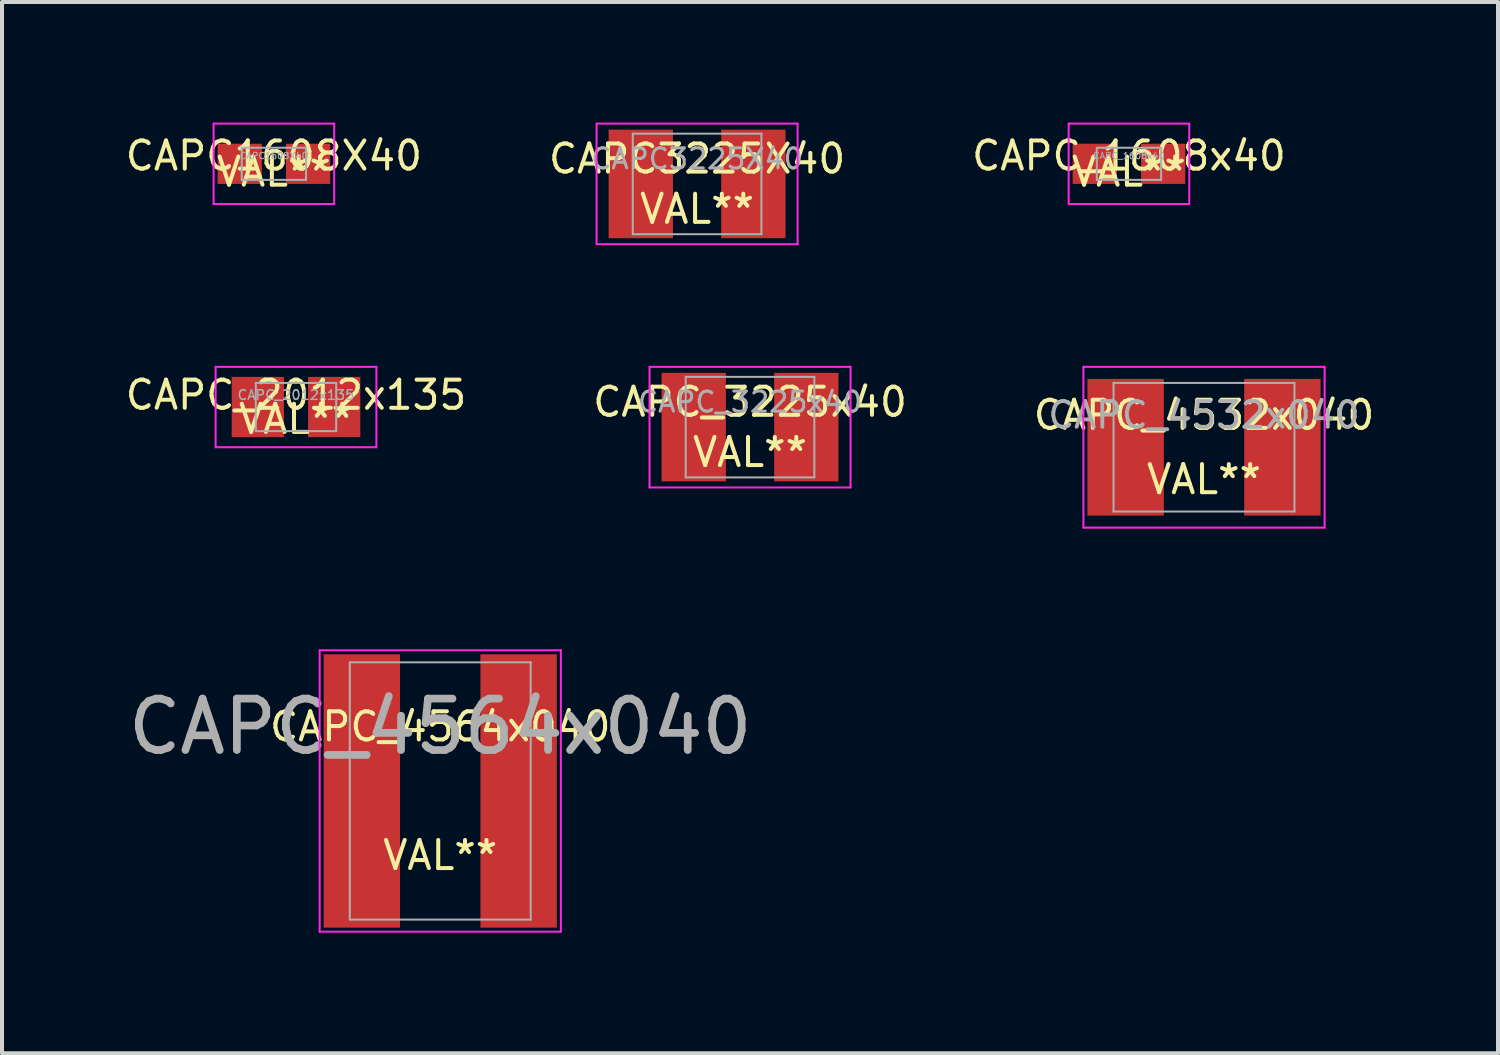
<source format=kicad_pcb>
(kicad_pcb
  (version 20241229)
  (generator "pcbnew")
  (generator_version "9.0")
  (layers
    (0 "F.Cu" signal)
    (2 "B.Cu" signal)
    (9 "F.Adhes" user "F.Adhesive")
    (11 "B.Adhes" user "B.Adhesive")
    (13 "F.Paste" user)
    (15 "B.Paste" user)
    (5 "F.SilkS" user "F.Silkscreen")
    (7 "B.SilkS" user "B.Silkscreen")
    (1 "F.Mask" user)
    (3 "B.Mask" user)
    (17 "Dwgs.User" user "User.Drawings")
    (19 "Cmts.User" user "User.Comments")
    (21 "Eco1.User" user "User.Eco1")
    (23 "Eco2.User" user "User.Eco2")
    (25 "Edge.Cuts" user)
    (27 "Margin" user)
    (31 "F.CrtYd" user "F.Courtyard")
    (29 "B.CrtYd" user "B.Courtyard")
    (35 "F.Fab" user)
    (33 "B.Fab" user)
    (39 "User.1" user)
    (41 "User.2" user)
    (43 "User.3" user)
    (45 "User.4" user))
  (footprint "CAPC_3225x40"
    (layer "F.Cu")
    (at 15.607 7.575)
    (property "Reference" "CAPC_3225x40" (at 0 -0.625 0) (layer "F.Fab") (effects (font (size 0.5 0.5) (thickness 0.075))))
    (property "Value" "VAL**" (at 0 0.625 0) (layer "F.Fab") (hide yes) (effects (font (size 0.5 0.5) (thickness 0.075))))
    (attr smd)
    (fp_line (start -2.5 -1.5) (end 2.5 -1.5) (stroke (width 0.05) (type solid)) (layer "F.CrtYd"))
    (fp_line (start -2.5 1.5) (end -2.5 -1.5) (stroke (width 0.05) (type solid)) (layer "F.CrtYd"))
    (fp_line (start 2.5 -1.5) (end 2.5 1.5) (stroke (width 0.05) (type solid)) (layer "F.CrtYd"))
    (fp_line (start 2.5 1.5) (end -2.5 1.5) (stroke (width 0.05) (type solid)) (layer "F.CrtYd"))
    (fp_line (start -1.6 -1.25) (end 1.6 -1.25) (stroke (width 0.05) (type solid)) (layer "F.Fab"))
    (fp_line (start -1.6 1.25) (end -1.6 -1.25) (stroke (width 0.05) (type solid)) (layer "F.Fab"))
    (fp_line (start 1.6 -1.25) (end 1.6 1.25) (stroke (width 0.05) (type solid)) (layer "F.Fab"))
    (fp_line (start 1.6 1.25) (end -1.6 1.25) (stroke (width 0.05) (type solid)) (layer "F.Fab"))
    (fp_text user "${REFERENCE}" (at 0 -0.625 0) (layer "F.SilkS") (effects (font (size 0.7 0.7) (thickness 0.1))))
    (fp_text user "${VALUE}" (at 0 0.625 0) (layer "F.SilkS") (effects (font (size 0.7 0.7) (thickness 0.1))))
    (pad "1" smd rect (at -1.4 0) (size 1.6 2.7) (layers "F.Cu" "F.Mask" "F.Paste"))
    (pad "2" smd rect (at 1.4 0) (size 1.6 2.7) (layers "F.Cu" "F.Mask" "F.Paste")))
  (footprint "CAPC_2012x135"
    (layer "F.Cu")
    (at 4.313 7.075)
    (property "Reference" "CAPC_2012x135" (at 0 -0.3 0) (layer "F.Fab") (effects (font (size 0.24 0.24) (thickness 0.036))))
    (property "Value" "VAL**" (at 0 0.3 0) (layer "F.Fab") (hide yes) (effects (font (size 0.24 0.24) (thickness 0.036))))
    (attr smd)
    (fp_line (start -2 -1) (end 2 -1) (stroke (width 0.05) (type solid)) (layer "F.CrtYd"))
    (fp_line (start -2 1) (end -2 -1) (stroke (width 0.05) (type solid)) (layer "F.CrtYd"))
    (fp_line (start 2 -1) (end 2 1) (stroke (width 0.05) (type solid)) (layer "F.CrtYd"))
    (fp_line (start 2 1) (end -2 1) (stroke (width 0.05) (type solid)) (layer "F.CrtYd"))
    (fp_line (start -1 -0.6) (end 1 -0.6) (stroke (width 0.05) (type solid)) (layer "F.Fab"))
    (fp_line (start -1 0.6) (end -1 -0.6) (stroke (width 0.05) (type solid)) (layer "F.Fab"))
    (fp_line (start 1 -0.6) (end 1 0.6) (stroke (width 0.05) (type solid)) (layer "F.Fab"))
    (fp_line (start 1 0.6) (end -1 0.6) (stroke (width 0.05) (type solid)) (layer "F.Fab"))
    (fp_text user "${VALUE}" (at 0 0.3 0) (layer "F.SilkS") (effects (font (size 0.7 0.7) (thickness 0.1))))
    (fp_text user "${REFERENCE}" (at 0 -0.3 0) (layer "F.SilkS") (effects (font (size 0.7 0.7) (thickness 0.1))))
    (pad "1" smd rect (at -0.95 0) (size 1.3 1.5) (layers "F.Cu" "F.Mask" "F.Paste"))
    (pad "2" smd rect (at 0.95 0) (size 1.3 1.5) (layers "F.Cu" "F.Mask" "F.Paste")))
  (footprint "CAPC3225X40"
    (layer "F.Cu")
    (at 14.29 1.525)
    (property "Reference" "CAPC3225X40" (at 0 -0.625 0) (layer "F.Fab") (effects (font (size 0.5 0.5) (thickness 0.075))))
    (property "Value" "VAL**" (at 0 0.625 0) (layer "F.Fab") (hide yes) (effects (font (size 0.5 0.5) (thickness 0.075))))
    (attr smd)
    (fp_line (start -2.5 -1.5) (end 2.5 -1.5) (stroke (width 0.05) (type solid)) (layer "F.CrtYd"))
    (fp_line (start -2.5 1.5) (end -2.5 -1.5) (stroke (width 0.05) (type solid)) (layer "F.CrtYd"))
    (fp_line (start 2.5 -1.5) (end 2.5 1.5) (stroke (width 0.05) (type solid)) (layer "F.CrtYd"))
    (fp_line (start 2.5 1.5) (end -2.5 1.5) (stroke (width 0.05) (type solid)) (layer "F.CrtYd"))
    (fp_line (start -1.6 -1.25) (end 1.6 -1.25) (stroke (width 0.05) (type solid)) (layer "F.Fab"))
    (fp_line (start -1.6 1.25) (end -1.6 -1.25) (stroke (width 0.05) (type solid)) (layer "F.Fab"))
    (fp_line (start 1.6 -1.25) (end 1.6 1.25) (stroke (width 0.05) (type solid)) (layer "F.Fab"))
    (fp_line (start 1.6 1.25) (end -1.6 1.25) (stroke (width 0.05) (type solid)) (layer "F.Fab"))
    (fp_text user "${VALUE}" (at 0 0.625 0) (layer "F.SilkS") (effects (font (size 0.7 0.7) (thickness 0.1))))
    (fp_text user "${REFERENCE}" (at 0 -0.625 0) (layer "F.SilkS") (effects (font (size 0.7 0.7) (thickness 0.1))))
    (pad "1" smd rect (at -1.4 0) (size 1.6 2.7) (layers "F.Cu" "F.Mask" "F.Paste"))
    (pad "2" smd rect (at 1.4 0) (size 1.6 2.7) (layers "F.Cu" "F.Mask" "F.Paste")))
  (footprint "CAPC_4532x040"
    (layer "F.Cu")
    (at 26.9 8.075)
    (property "Reference" "CAPC_4532x040" (at 0 -0.8 0) (layer "F.Fab") (effects (font (size 0.64 0.64) (thickness 0.096))))
    (property "Value" "VAL**" (at 0 0.8 0) (layer "F.Fab") (hide yes) (effects (font (size 0.64 0.64) (thickness 0.096))))
    (attr smd)
    (fp_line (start -3 -2) (end 3 -2) (stroke (width 0.05) (type solid)) (layer "F.CrtYd"))
    (fp_line (start -3 2) (end -3 -2) (stroke (width 0.05) (type solid)) (layer "F.CrtYd"))
    (fp_line (start 3 -2) (end 3 2) (stroke (width 0.05) (type solid)) (layer "F.CrtYd"))
    (fp_line (start 3 2) (end -3 2) (stroke (width 0.05) (type solid)) (layer "F.CrtYd"))
    (fp_line (start -2.25 -1.6) (end 2.25 -1.6) (stroke (width 0.05) (type solid)) (layer "F.Fab"))
    (fp_line (start -2.25 1.6) (end -2.25 -1.6) (stroke (width 0.05) (type solid)) (layer "F.Fab"))
    (fp_line (start 2.25 -1.6) (end 2.25 1.6) (stroke (width 0.05) (type solid)) (layer "F.Fab"))
    (fp_line (start 2.25 1.6) (end -2.25 1.6) (stroke (width 0.05) (type solid)) (layer "F.Fab"))
    (fp_text user "${REFERENCE}" (at 0 -0.8 0) (layer "F.SilkS") (effects (font (size 0.7 0.7) (thickness 0.1))))
    (fp_text user "${VALUE}" (at 0 0.8 0) (layer "F.SilkS") (effects (font (size 0.7 0.7) (thickness 0.1))))
    (pad "1" smd rect (at -1.95 0) (size 1.9 3.4) (layers "F.Cu" "F.Mask" "F.Paste"))
    (pad "2" smd rect (at 1.95 0) (size 1.9 3.4) (layers "F.Cu" "F.Mask" "F.Paste")))
  (footprint "CAPC1608X40"
    (layer "F.Cu")
    (at 3.763 1.025)
    (property "Reference" "CAPC1608X40" (at 0 -0.2 0) (layer "F.Fab") (effects (font (size 0.16 0.16) (thickness 0.024))))
    (property "Value" "VAL**" (at 0 0.2 0) (layer "F.Fab") (hide yes) (effects (font (size 0.16 0.16) (thickness 0.024))))
    (attr smd)
    (fp_line (start -1.5 -1) (end 1.5 -1) (stroke (width 0.05) (type solid)) (layer "F.CrtYd"))
    (fp_line (start -1.5 1) (end -1.5 -1) (stroke (width 0.05) (type solid)) (layer "F.CrtYd"))
    (fp_line (start 1.5 -1) (end 1.5 1) (stroke (width 0.05) (type solid)) (layer "F.CrtYd"))
    (fp_line (start 1.5 1) (end -1.5 1) (stroke (width 0.05) (type solid)) (layer "F.CrtYd"))
    (fp_line (start -0.8 -0.4) (end 0.8 -0.4) (stroke (width 0.05) (type solid)) (layer "F.Fab"))
    (fp_line (start -0.8 0.4) (end -0.8 -0.4) (stroke (width 0.05) (type solid)) (layer "F.Fab"))
    (fp_line (start 0.8 -0.4) (end 0.8 0.4) (stroke (width 0.05) (type solid)) (layer "F.Fab"))
    (fp_line (start 0.8 0.4) (end -0.8 0.4) (stroke (width 0.05) (type solid)) (layer "F.Fab"))
    (fp_text user "${VALUE}" (at 0 0.2 0) (layer "F.SilkS") (effects (font (size 0.7 0.7) (thickness 0.1))))
    (fp_text user "${REFERENCE}" (at 0 -0.2 0) (layer "F.SilkS") (effects (font (size 0.7 0.7) (thickness 0.1))))
    (pad "1" smd rect (at -0.85 0) (size 1.1 1) (layers "F.Cu" "F.Mask" "F.Paste"))
    (pad "2" smd rect (at 0.85 0) (size 1.1 1) (layers "F.Cu" "F.Mask" "F.Paste")))
  (footprint "CAPC_4564x040"
    (layer "F.Cu")
    (at 7.901 16.625)
    (property "Reference" "CAPC_4564x040" (at 0 -1.6 0) (layer "F.Fab") (effects (font (size 1.28 1.28) (thickness 0.192))))
    (property "Value" "VAL**" (at 0 1.6 0) (layer "F.Fab") (hide yes) (effects (font (size 1.28 1.28) (thickness 0.192))))
    (attr smd)
    (fp_line (start -3 -3.5) (end 3 -3.5) (stroke (width 0.05) (type solid)) (layer "F.CrtYd"))
    (fp_line (start -3 3.5) (end -3 -3.5) (stroke (width 0.05) (type solid)) (layer "F.CrtYd"))
    (fp_line (start 3 -3.5) (end 3 3.5) (stroke (width 0.05) (type solid)) (layer "F.CrtYd"))
    (fp_line (start 3 3.5) (end -3 3.5) (stroke (width 0.05) (type solid)) (layer "F.CrtYd"))
    (fp_line (start -2.25 -3.2) (end 2.25 -3.2) (stroke (width 0.05) (type solid)) (layer "F.Fab"))
    (fp_line (start -2.25 3.2) (end -2.25 -3.2) (stroke (width 0.05) (type solid)) (layer "F.Fab"))
    (fp_line (start 2.25 -3.2) (end 2.25 3.2) (stroke (width 0.05) (type solid)) (layer "F.Fab"))
    (fp_line (start 2.25 3.2) (end -2.25 3.2) (stroke (width 0.05) (type solid)) (layer "F.Fab"))
    (fp_text user "${REFERENCE}" (at 0 -1.6 0) (layer "F.SilkS") (effects (font (size 0.7 0.7) (thickness 0.1))))
    (fp_text user "${VALUE}" (at 0 1.6 0) (layer "F.SilkS") (effects (font (size 0.7 0.7) (thickness 0.1))))
    (pad "1" smd rect (at -1.95 0) (size 1.9 6.8) (layers "F.Cu" "F.Mask" "F.Paste"))
    (pad "2" smd rect (at 1.95 0) (size 1.9 6.8) (layers "F.Cu" "F.Mask" "F.Paste")))
  (footprint "CAPC_1608x40"
    (layer "F.Cu")
    (at 25.033 1.025)
    (property "Reference" "CAPC_1608x40" (at 0 -0.2 0) (layer "F.Fab") (effects (font (size 0.16 0.16) (thickness 0.024))))
    (property "Value" "VAL**" (at 0 0.2 0) (layer "F.Fab") (hide yes) (effects (font (size 0.16 0.16) (thickness 0.024))))
    (attr smd)
    (fp_line (start -1.5 -1) (end 1.5 -1) (stroke (width 0.05) (type solid)) (layer "F.CrtYd"))
    (fp_line (start -1.5 1) (end -1.5 -1) (stroke (width 0.05) (type solid)) (layer "F.CrtYd"))
    (fp_line (start 1.5 -1) (end 1.5 1) (stroke (width 0.05) (type solid)) (layer "F.CrtYd"))
    (fp_line (start 1.5 1) (end -1.5 1) (stroke (width 0.05) (type solid)) (layer "F.CrtYd"))
    (fp_line (start -0.8 -0.4) (end 0.8 -0.4) (stroke (width 0.05) (type solid)) (layer "F.Fab"))
    (fp_line (start -0.8 0.4) (end -0.8 -0.4) (stroke (width 0.05) (type solid)) (layer "F.Fab"))
    (fp_line (start 0.8 -0.4) (end 0.8 0.4) (stroke (width 0.05) (type solid)) (layer "F.Fab"))
    (fp_line (start 0.8 0.4) (end -0.8 0.4) (stroke (width 0.05) (type solid)) (layer "F.Fab"))
    (fp_text user "${VALUE}" (at 0 0.2 0) (layer "F.SilkS") (effects (font (size 0.7 0.7) (thickness 0.1))))
    (fp_text user "${REFERENCE}" (at 0 -0.2 0) (layer "F.SilkS") (effects (font (size 0.7 0.7) (thickness 0.1))))
    (pad "1" smd rect (at -0.85 0) (size 1.1 1) (layers "F.Cu" "F.Mask" "F.Paste"))
    (pad "2" smd rect (at 0.85 0) (size 1.1 1) (layers "F.Cu" "F.Mask" "F.Paste")))
  (gr_rect
    (start -3 -3)
    (end 34.213 23.15)
    (stroke (width 0.1) (type default))
    (fill no)
    (layer "Edge.Cuts")))
</source>
